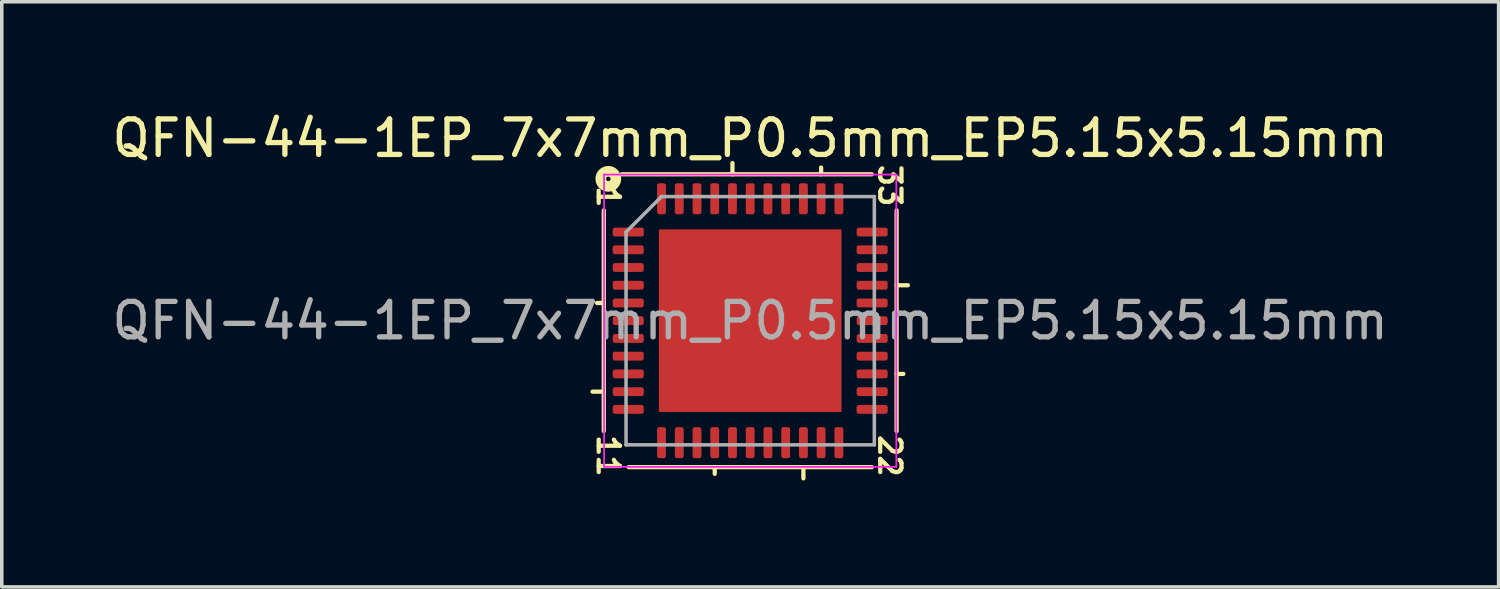
<source format=kicad_pcb>
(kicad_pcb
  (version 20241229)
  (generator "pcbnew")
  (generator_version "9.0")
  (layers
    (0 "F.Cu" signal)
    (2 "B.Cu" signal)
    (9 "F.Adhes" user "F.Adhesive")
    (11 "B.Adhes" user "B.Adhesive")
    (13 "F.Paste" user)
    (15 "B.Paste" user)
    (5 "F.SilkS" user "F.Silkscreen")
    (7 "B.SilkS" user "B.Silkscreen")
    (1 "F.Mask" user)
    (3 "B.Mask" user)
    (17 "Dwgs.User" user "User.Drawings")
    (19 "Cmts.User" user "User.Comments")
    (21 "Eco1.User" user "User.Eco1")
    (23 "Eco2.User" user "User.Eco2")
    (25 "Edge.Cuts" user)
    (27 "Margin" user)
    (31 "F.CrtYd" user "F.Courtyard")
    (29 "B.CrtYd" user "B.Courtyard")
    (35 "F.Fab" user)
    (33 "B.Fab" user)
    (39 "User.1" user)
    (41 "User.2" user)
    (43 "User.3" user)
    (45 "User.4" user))
  (footprint "QFN-44-1EP_7x7mm_P0.5mm_EP5.15x5.15mm"
    (layer "F.Cu")
    (at 18.101 5.992)
    (property "Reference" "QFN-44-1EP_7x7mm_P0.5mm_EP5.15x5.15mm" (at 0 -5.144 0) (layer "F.SilkS") (effects (font (size 1 1) (thickness 0.15))))
    (attr smd)
    (fp_line (start -4.128 -3.111) (end -4.128 3.111) (stroke (width 0.12) (type solid)) (layer "F.SilkS"))
    (fp_line (start -4.128 -0.5) (end -4.318 -0.5) (stroke (width 0.12) (type solid)) (layer "F.SilkS"))
    (fp_line (start -4.128 2) (end -4.445 2) (stroke (width 0.12) (type solid)) (layer "F.SilkS"))
    (fp_line (start -3.429 4.128) (end 3.429 4.128) (stroke (width 0.12) (type solid)) (layer "F.SilkS"))
    (fp_line (start -1 4.128) (end -1 4.318) (stroke (width 0.12) (type solid)) (layer "F.SilkS"))
    (fp_line (start -0.5 -4.128) (end -0.5 -4.445) (stroke (width 0.12) (type solid)) (layer "F.SilkS"))
    (fp_line (start 1.5 4.128) (end 1.5 4.445) (stroke (width 0.12) (type solid)) (layer "F.SilkS"))
    (fp_line (start 2 -4.128) (end 2 -4.318) (stroke (width 0.12) (type solid)) (layer "F.SilkS"))
    (fp_line (start 3.429 -4.128) (end -3.619 -4.128) (stroke (width 0.12) (type solid)) (layer "F.SilkS"))
    (fp_line (start 4.128 -1) (end 4.445 -1) (stroke (width 0.12) (type solid)) (layer "F.SilkS"))
    (fp_line (start 4.128 1.5) (end 4.318 1.5) (stroke (width 0.12) (type solid)) (layer "F.SilkS"))
    (fp_line (start 4.128 3.111) (end 4.128 -3.111) (stroke (width 0.12) (type solid)) (layer "F.SilkS"))
    (fp_circle (center -4 -4) (end -3.937 -4) (stroke (width 0.3) (type solid)) (fill no) (layer "F.SilkS"))
    (fp_line (start -4.12 -4.12) (end -4.12 4.12) (stroke (width 0.05) (type solid)) (layer "F.CrtYd"))
    (fp_line (start -4.12 4.12) (end 4.12 4.12) (stroke (width 0.05) (type solid)) (layer "F.CrtYd"))
    (fp_line (start 4.12 -4.12) (end -4.12 -4.12) (stroke (width 0.05) (type solid)) (layer "F.CrtYd"))
    (fp_line (start 4.12 4.12) (end 4.12 -4.12) (stroke (width 0.05) (type solid)) (layer "F.CrtYd"))
    (fp_line (start -3.5 -2.5) (end -2.5 -3.5) (stroke (width 0.1) (type solid)) (layer "F.Fab"))
    (fp_line (start -3.5 3.5) (end -3.5 -2.5) (stroke (width 0.1) (type solid)) (layer "F.Fab"))
    (fp_line (start -2.5 -3.5) (end 3.5 -3.5) (stroke (width 0.1) (type solid)) (layer "F.Fab"))
    (fp_line (start 3.5 -3.5) (end 3.5 3.5) (stroke (width 0.1) (type solid)) (layer "F.Fab"))
    (fp_line (start 3.5 3.5) (end -3.5 3.5) (stroke (width 0.1) (type solid)) (layer "F.Fab"))
    (fp_text user "1" (at -4 -3.493 270) (unlocked yes) (layer "F.SilkS") (effects (font (size 0.6 0.6) (thickness 0.12))))
    (fp_text user "33" (at 3.937 -3.81 270) (unlocked yes) (layer "F.SilkS") (effects (font (size 0.6 0.6) (thickness 0.12))))
    (fp_text user "22" (at 3.937 3.81 270) (unlocked yes) (layer "F.SilkS") (effects (font (size 0.6 0.6) (thickness 0.12))))
    (fp_text user "11" (at -4 3.81 270) (unlocked yes) (layer "F.SilkS") (effects (font (size 0.6 0.6) (thickness 0.12))))
    (fp_text user "${REFERENCE}" (at 0 0 0) (layer "F.Fab") (effects (font (size 1 1) (thickness 0.15))))
    (pad "" smd roundrect (at -1.935 -1.935) (size 1.04 1.04) (layers "F.Paste") (roundrect_rratio 0.24))
    (pad "" smd roundrect (at -1.935 -0.645) (size 1.04 1.04) (layers "F.Paste") (roundrect_rratio 0.24))
    (pad "" smd roundrect (at -1.935 0.645) (size 1.04 1.04) (layers "F.Paste") (roundrect_rratio 0.24))
    (pad "" smd roundrect (at -1.935 1.935) (size 1.04 1.04) (layers "F.Paste") (roundrect_rratio 0.24))
    (pad "" smd roundrect (at -0.645 -1.935) (size 1.04 1.04) (layers "F.Paste") (roundrect_rratio 0.24))
    (pad "" smd roundrect (at -0.645 -0.645) (size 1.04 1.04) (layers "F.Paste") (roundrect_rratio 0.24))
    (pad "" smd roundrect (at -0.645 0.645) (size 1.04 1.04) (layers "F.Paste") (roundrect_rratio 0.24))
    (pad "" smd roundrect (at -0.645 1.935) (size 1.04 1.04) (layers "F.Paste") (roundrect_rratio 0.24))
    (pad "" smd roundrect (at 0.645 -1.935) (size 1.04 1.04) (layers "F.Paste") (roundrect_rratio 0.24))
    (pad "" smd roundrect (at 0.645 -0.645) (size 1.04 1.04) (layers "F.Paste") (roundrect_rratio 0.24))
    (pad "" smd roundrect (at 0.645 0.645) (size 1.04 1.04) (layers "F.Paste") (roundrect_rratio 0.24))
    (pad "" smd roundrect (at 0.645 1.935) (size 1.04 1.04) (layers "F.Paste") (roundrect_rratio 0.24))
    (pad "" smd roundrect (at 1.935 -1.935) (size 1.04 1.04) (layers "F.Paste") (roundrect_rratio 0.24))
    (pad "" smd roundrect (at 1.935 -0.645) (size 1.04 1.04) (layers "F.Paste") (roundrect_rratio 0.24))
    (pad "" smd roundrect (at 1.935 0.645) (size 1.04 1.04) (layers "F.Paste") (roundrect_rratio 0.24))
    (pad "" smd roundrect (at 1.935 1.935) (size 1.04 1.04) (layers "F.Paste") (roundrect_rratio 0.24))
    (pad "1" smd roundrect (at -3.438 -2.5) (size 0.875 0.25) (layers "F.Cu" "F.Mask" "F.Paste") (roundrect_rratio 0.25))
    (pad "2" smd roundrect (at -3.438 -2) (size 0.875 0.25) (layers "F.Cu" "F.Mask" "F.Paste") (roundrect_rratio 0.25))
    (pad "3" smd roundrect (at -3.438 -1.5) (size 0.875 0.25) (layers "F.Cu" "F.Mask" "F.Paste") (roundrect_rratio 0.25))
    (pad "4" smd roundrect (at -3.438 -1) (size 0.875 0.25) (layers "F.Cu" "F.Mask" "F.Paste") (roundrect_rratio 0.25))
    (pad "5" smd roundrect (at -3.438 -0.5) (size 0.875 0.25) (layers "F.Cu" "F.Mask" "F.Paste") (roundrect_rratio 0.25))
    (pad "6" smd roundrect (at -3.438 0) (size 0.875 0.25) (layers "F.Cu" "F.Mask" "F.Paste") (roundrect_rratio 0.25))
    (pad "7" smd roundrect (at -3.438 0.5) (size 0.875 0.25) (layers "F.Cu" "F.Mask" "F.Paste") (roundrect_rratio 0.25))
    (pad "8" smd roundrect (at -3.438 1) (size 0.875 0.25) (layers "F.Cu" "F.Mask" "F.Paste") (roundrect_rratio 0.25))
    (pad "9" smd roundrect (at -3.438 1.5) (size 0.875 0.25) (layers "F.Cu" "F.Mask" "F.Paste") (roundrect_rratio 0.25))
    (pad "10" smd roundrect (at -3.438 2) (size 0.875 0.25) (layers "F.Cu" "F.Mask" "F.Paste") (roundrect_rratio 0.25))
    (pad "11" smd roundrect (at -3.438 2.5) (size 0.875 0.25) (layers "F.Cu" "F.Mask" "F.Paste") (roundrect_rratio 0.25))
    (pad "12" smd roundrect (at -2.5 3.438) (size 0.25 0.875) (layers "F.Cu" "F.Mask" "F.Paste") (roundrect_rratio 0.25))
    (pad "13" smd roundrect (at -2 3.438) (size 0.25 0.875) (layers "F.Cu" "F.Mask" "F.Paste") (roundrect_rratio 0.25))
    (pad "14" smd roundrect (at -1.5 3.438) (size 0.25 0.875) (layers "F.Cu" "F.Mask" "F.Paste") (roundrect_rratio 0.25))
    (pad "15" smd roundrect (at -1 3.438) (size 0.25 0.875) (layers "F.Cu" "F.Mask" "F.Paste") (roundrect_rratio 0.25))
    (pad "16" smd roundrect (at -0.5 3.438) (size 0.25 0.875) (layers "F.Cu" "F.Mask" "F.Paste") (roundrect_rratio 0.25))
    (pad "17" smd roundrect (at 0 3.438) (size 0.25 0.875) (layers "F.Cu" "F.Mask" "F.Paste") (roundrect_rratio 0.25))
    (pad "18" smd roundrect (at 0.5 3.438) (size 0.25 0.875) (layers "F.Cu" "F.Mask" "F.Paste") (roundrect_rratio 0.25))
    (pad "19" smd roundrect (at 1 3.438) (size 0.25 0.875) (layers "F.Cu" "F.Mask" "F.Paste") (roundrect_rratio 0.25))
    (pad "20" smd roundrect (at 1.5 3.438) (size 0.25 0.875) (layers "F.Cu" "F.Mask" "F.Paste") (roundrect_rratio 0.25))
    (pad "21" smd roundrect (at 2 3.438) (size 0.25 0.875) (layers "F.Cu" "F.Mask" "F.Paste") (roundrect_rratio 0.25))
    (pad "22" smd roundrect (at 2.5 3.438) (size 0.25 0.875) (layers "F.Cu" "F.Mask" "F.Paste") (roundrect_rratio 0.25))
    (pad "23" smd roundrect (at 3.438 2.5) (size 0.875 0.25) (layers "F.Cu" "F.Mask" "F.Paste") (roundrect_rratio 0.25))
    (pad "24" smd roundrect (at 3.438 2) (size 0.875 0.25) (layers "F.Cu" "F.Mask" "F.Paste") (roundrect_rratio 0.25))
    (pad "25" smd roundrect (at 3.438 1.5) (size 0.875 0.25) (layers "F.Cu" "F.Mask" "F.Paste") (roundrect_rratio 0.25))
    (pad "26" smd roundrect (at 3.438 1) (size 0.875 0.25) (layers "F.Cu" "F.Mask" "F.Paste") (roundrect_rratio 0.25))
    (pad "27" smd roundrect (at 3.438 0.5) (size 0.875 0.25) (layers "F.Cu" "F.Mask" "F.Paste") (roundrect_rratio 0.25))
    (pad "28" smd roundrect (at 3.438 0) (size 0.875 0.25) (layers "F.Cu" "F.Mask" "F.Paste") (roundrect_rratio 0.25))
    (pad "29" smd roundrect (at 3.438 -0.5) (size 0.875 0.25) (layers "F.Cu" "F.Mask" "F.Paste") (roundrect_rratio 0.25))
    (pad "30" smd roundrect (at 3.438 -1) (size 0.875 0.25) (layers "F.Cu" "F.Mask" "F.Paste") (roundrect_rratio 0.25))
    (pad "31" smd roundrect (at 3.438 -1.5) (size 0.875 0.25) (layers "F.Cu" "F.Mask" "F.Paste") (roundrect_rratio 0.25))
    (pad "32" smd roundrect (at 3.438 -2) (size 0.875 0.25) (layers "F.Cu" "F.Mask" "F.Paste") (roundrect_rratio 0.25))
    (pad "33" smd roundrect (at 3.438 -2.5) (size 0.875 0.25) (layers "F.Cu" "F.Mask" "F.Paste") (roundrect_rratio 0.25))
    (pad "34" smd roundrect (at 2.5 -3.438) (size 0.25 0.875) (layers "F.Cu" "F.Mask" "F.Paste") (roundrect_rratio 0.25))
    (pad "35" smd roundrect (at 2 -3.438) (size 0.25 0.875) (layers "F.Cu" "F.Mask" "F.Paste") (roundrect_rratio 0.25))
    (pad "36" smd roundrect (at 1.5 -3.438) (size 0.25 0.875) (layers "F.Cu" "F.Mask" "F.Paste") (roundrect_rratio 0.25))
    (pad "37" smd roundrect (at 1 -3.438) (size 0.25 0.875) (layers "F.Cu" "F.Mask" "F.Paste") (roundrect_rratio 0.25))
    (pad "38" smd roundrect (at 0.5 -3.438) (size 0.25 0.875) (layers "F.Cu" "F.Mask" "F.Paste") (roundrect_rratio 0.25))
    (pad "39" smd roundrect (at 0 -3.438) (size 0.25 0.875) (layers "F.Cu" "F.Mask" "F.Paste") (roundrect_rratio 0.25))
    (pad "40" smd roundrect (at -0.5 -3.438) (size 0.25 0.875) (layers "F.Cu" "F.Mask" "F.Paste") (roundrect_rratio 0.25))
    (pad "41" smd roundrect (at -1 -3.438) (size 0.25 0.875) (layers "F.Cu" "F.Mask" "F.Paste") (roundrect_rratio 0.25))
    (pad "42" smd roundrect (at -1.5 -3.438) (size 0.25 0.875) (layers "F.Cu" "F.Mask" "F.Paste") (roundrect_rratio 0.25))
    (pad "43" smd roundrect (at -2 -3.438) (size 0.25 0.875) (layers "F.Cu" "F.Mask" "F.Paste") (roundrect_rratio 0.25))
    (pad "44" smd roundrect (at -2.5 -3.438) (size 0.25 0.875) (layers "F.Cu" "F.Mask" "F.Paste") (roundrect_rratio 0.25))
    (pad "45" smd rect (at 0 0) (size 5.15 5.15) (layers "F.Cu" "F.Mask")))
  (gr_rect
    (start -3 -3)
    (end 39.202 13.497)
    (stroke (width 0.1) (type default))
    (fill no)
    (layer "Edge.Cuts")))
</source>
